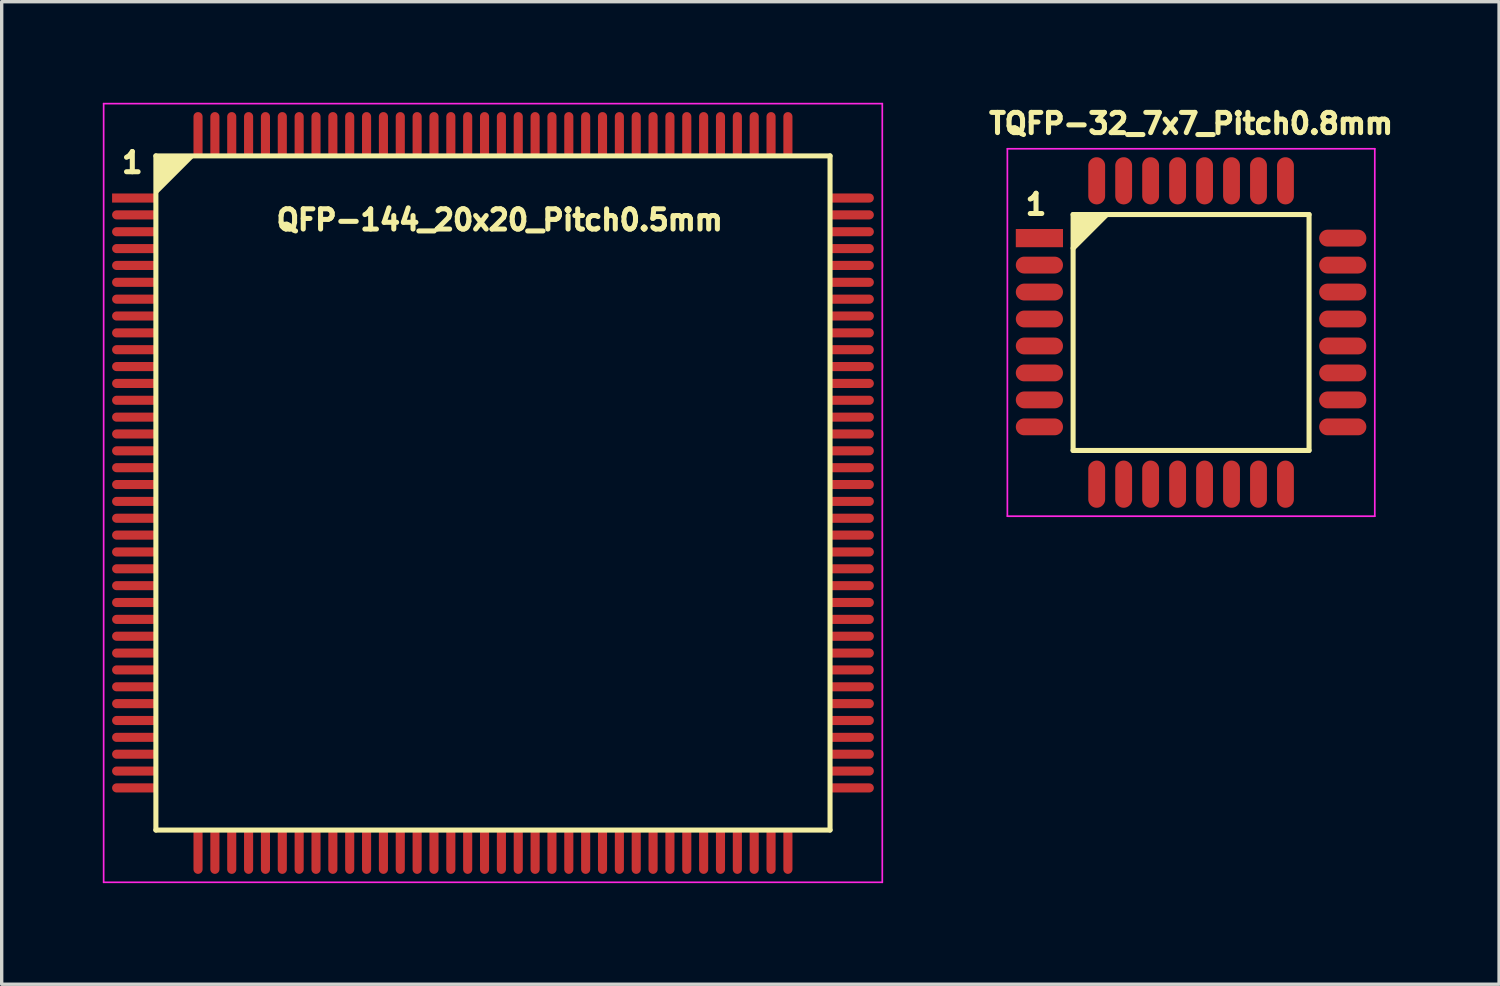
<source format=kicad_pcb>
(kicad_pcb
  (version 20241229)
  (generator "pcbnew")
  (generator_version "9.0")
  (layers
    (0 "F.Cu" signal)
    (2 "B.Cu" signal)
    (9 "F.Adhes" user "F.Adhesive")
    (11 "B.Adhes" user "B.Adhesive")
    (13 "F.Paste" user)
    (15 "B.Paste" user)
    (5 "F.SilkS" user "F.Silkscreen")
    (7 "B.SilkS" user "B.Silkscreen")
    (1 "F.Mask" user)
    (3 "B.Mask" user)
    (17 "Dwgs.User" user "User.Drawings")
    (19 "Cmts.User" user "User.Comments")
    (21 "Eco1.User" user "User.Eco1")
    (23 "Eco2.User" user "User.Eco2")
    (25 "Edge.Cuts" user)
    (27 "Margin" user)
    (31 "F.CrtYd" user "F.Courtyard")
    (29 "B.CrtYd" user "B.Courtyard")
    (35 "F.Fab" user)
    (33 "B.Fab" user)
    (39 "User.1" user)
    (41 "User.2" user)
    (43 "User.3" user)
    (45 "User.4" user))
  (footprint "TQFP-32_7x7_Pitch0.8mm"
    (layer "F.Cu")
    (at 32.286 6.814)
    (property "Reference" "TQFP-32_7x7_Pitch0.8mm" (at 0 -6.2 0) (layer "F.SilkS") (effects (font (size 0.6 0.6) (thickness 0.15))))
    (attr smd)
    (fp_line (start -3.5 -3.5) (end 3.5 -3.5) (stroke (width 0.15) (type solid)) (layer "F.SilkS"))
    (fp_line (start -3.5 -2.5) (end -2.5 -3.5) (stroke (width 0.15) (type solid)) (layer "F.SilkS"))
    (fp_line (start -3.5 3.5) (end -3.5 -3.5) (stroke (width 0.15) (type solid)) (layer "F.SilkS"))
    (fp_line (start -3.4 -3.4) (end -2.7 -3.4) (stroke (width 0.15) (type solid)) (layer "F.SilkS"))
    (fp_line (start -3.4 -2.8) (end -3.4 -3.4) (stroke (width 0.15) (type solid)) (layer "F.SilkS"))
    (fp_line (start -3.4 -2.7) (end -3.3 -3.3) (stroke (width 0.15) (type solid)) (layer "F.SilkS"))
    (fp_line (start -3.3 -3.3) (end -2.9 -3.3) (stroke (width 0.15) (type solid)) (layer "F.SilkS"))
    (fp_line (start -3.3 -2.9) (end -3.2 -3.2) (stroke (width 0.15) (type solid)) (layer "F.SilkS"))
    (fp_line (start -3.2 -3.2) (end -3.1 -3.2) (stroke (width 0.15) (type solid)) (layer "F.SilkS"))
    (fp_line (start -2.9 -3.3) (end -3.3 -2.9) (stroke (width 0.15) (type solid)) (layer "F.SilkS"))
    (fp_line (start -2.7 -3.4) (end -3.4 -2.7) (stroke (width 0.15) (type solid)) (layer "F.SilkS"))
    (fp_line (start -2.5 -3.5) (end -2.7 -3.4) (stroke (width 0.15) (type solid)) (layer "F.SilkS"))
    (fp_line (start 3.5 -3.5) (end 3.5 3.5) (stroke (width 0.15) (type solid)) (layer "F.SilkS"))
    (fp_line (start 3.5 3.5) (end -3.5 3.5) (stroke (width 0.15) (type solid)) (layer "F.SilkS"))
    (fp_line (start -5.45 -5.45) (end 5.45 -5.45) (stroke (width 0.05) (type solid)) (layer "F.CrtYd"))
    (fp_line (start -5.45 5.45) (end -5.45 -5.45) (stroke (width 0.05) (type solid)) (layer "F.CrtYd"))
    (fp_line (start 5.45 -5.45) (end 5.45 5.45) (stroke (width 0.05) (type solid)) (layer "F.CrtYd"))
    (fp_line (start 5.45 5.45) (end -5.45 5.45) (stroke (width 0.05) (type solid)) (layer "F.CrtYd"))
    (fp_text user "1" (at -4.6 -3.8 0) (layer "F.SilkS") (effects (font (size 0.6 0.6) (thickness 0.15))))
    (pad "1" smd rect (at -4.5 -2.8 90) (size 0.54 1.4) (layers "F.Cu" "F.Mask" "F.Paste"))
    (pad "2" smd oval (at -4.5 -2 90) (size 0.5 1.4) (layers "F.Cu" "F.Mask" "F.Paste"))
    (pad "3" smd oval (at -4.5 -1.2 90) (size 0.5 1.4) (layers "F.Cu" "F.Mask" "F.Paste"))
    (pad "4" smd oval (at -4.5 -0.4 90) (size 0.5 1.4) (layers "F.Cu" "F.Mask" "F.Paste"))
    (pad "5" smd oval (at -4.5 0.4 90) (size 0.5 1.4) (layers "F.Cu" "F.Mask" "F.Paste"))
    (pad "6" smd oval (at -4.5 1.2 90) (size 0.5 1.4) (layers "F.Cu" "F.Mask" "F.Paste"))
    (pad "7" smd oval (at -4.5 2 90) (size 0.5 1.4) (layers "F.Cu" "F.Mask" "F.Paste"))
    (pad "8" smd oval (at -4.5 2.8 90) (size 0.5 1.4) (layers "F.Cu" "F.Mask" "F.Paste"))
    (pad "9" smd oval (at -2.8 4.5) (size 0.5 1.4) (layers "F.Cu" "F.Mask" "F.Paste"))
    (pad "10" smd oval (at -2 4.5) (size 0.5 1.4) (layers "F.Cu" "F.Mask" "F.Paste"))
    (pad "11" smd oval (at -1.2 4.5) (size 0.5 1.4) (layers "F.Cu" "F.Mask" "F.Paste"))
    (pad "12" smd oval (at -0.4 4.5) (size 0.5 1.4) (layers "F.Cu" "F.Mask" "F.Paste"))
    (pad "13" smd oval (at 0.4 4.5) (size 0.5 1.4) (layers "F.Cu" "F.Mask" "F.Paste"))
    (pad "14" smd oval (at 1.2 4.5) (size 0.5 1.4) (layers "F.Cu" "F.Mask" "F.Paste"))
    (pad "15" smd oval (at 2 4.5) (size 0.5 1.4) (layers "F.Cu" "F.Mask" "F.Paste"))
    (pad "16" smd oval (at 2.8 4.5) (size 0.5 1.4) (layers "F.Cu" "F.Mask" "F.Paste"))
    (pad "17" smd oval (at 4.5 2.8 90) (size 0.5 1.4) (layers "F.Cu" "F.Mask" "F.Paste"))
    (pad "18" smd oval (at 4.5 2 90) (size 0.5 1.4) (layers "F.Cu" "F.Mask" "F.Paste"))
    (pad "19" smd oval (at 4.5 1.2 90) (size 0.5 1.4) (layers "F.Cu" "F.Mask" "F.Paste"))
    (pad "20" smd oval (at 4.5 0.4 90) (size 0.5 1.4) (layers "F.Cu" "F.Mask" "F.Paste"))
    (pad "21" smd oval (at 4.5 -0.4 90) (size 0.5 1.4) (layers "F.Cu" "F.Mask" "F.Paste"))
    (pad "22" smd oval (at 4.5 -1.2 90) (size 0.5 1.4) (layers "F.Cu" "F.Mask" "F.Paste"))
    (pad "23" smd oval (at 4.5 -2 90) (size 0.5 1.4) (layers "F.Cu" "F.Mask" "F.Paste"))
    (pad "24" smd oval (at 4.5 -2.8 90) (size 0.5 1.4) (layers "F.Cu" "F.Mask" "F.Paste"))
    (pad "25" smd oval (at 2.8 -4.5) (size 0.5 1.4) (layers "F.Cu" "F.Mask" "F.Paste"))
    (pad "26" smd oval (at 2 -4.5) (size 0.5 1.4) (layers "F.Cu" "F.Mask" "F.Paste"))
    (pad "27" smd oval (at 1.2 -4.5) (size 0.5 1.4) (layers "F.Cu" "F.Mask" "F.Paste"))
    (pad "28" smd oval (at 0.4 -4.5) (size 0.5 1.4) (layers "F.Cu" "F.Mask" "F.Paste"))
    (pad "29" smd oval (at -0.4 -4.5) (size 0.5 1.4) (layers "F.Cu" "F.Mask" "F.Paste"))
    (pad "30" smd oval (at -1.2 -4.5) (size 0.5 1.4) (layers "F.Cu" "F.Mask" "F.Paste"))
    (pad "31" smd oval (at -2 -4.5) (size 0.5 1.4) (layers "F.Cu" "F.Mask" "F.Paste"))
    (pad "32" smd oval (at -2.8 -4.5) (size 0.5 1.4) (layers "F.Cu" "F.Mask" "F.Paste")))
  (footprint "QFP-144_20x20_Pitch0.5mm"
    (layer "F.Cu")
    (at 11.575 11.575)
    (property "Reference" "QFP-144_20x20_Pitch0.5mm" (at 0.2 -8.1 0) (layer "F.SilkS") (effects (font (size 0.6 0.6) (thickness 0.15))))
    (attr smd)
    (fp_line (start -10 -10) (end -10 10) (stroke (width 0.15) (type solid)) (layer "F.SilkS"))
    (fp_line (start -10 10) (end 10 10) (stroke (width 0.15) (type solid)) (layer "F.SilkS"))
    (fp_line (start 10 -10) (end -10 -10) (stroke (width 0.15) (type solid)) (layer "F.SilkS"))
    (fp_line (start 10 10) (end 10 -10) (stroke (width 0.15) (type solid)) (layer "F.SilkS"))
    (fp_poly (pts (xy -10 -10) (xy -8.9 -10) (xy -10 -8.9)) (stroke (width 0.1) (type solid)) (fill yes) (layer "F.SilkS"))
    (fp_line (start -11.55 -11.55) (end 11.55 -11.55) (stroke (width 0.05) (type solid)) (layer "F.CrtYd"))
    (fp_line (start -11.55 11.55) (end -11.55 -11.55) (stroke (width 0.05) (type solid)) (layer "F.CrtYd"))
    (fp_line (start 11.55 -11.55) (end 11.55 11.55) (stroke (width 0.05) (type solid)) (layer "F.CrtYd"))
    (fp_line (start 11.55 11.55) (end -11.55 11.55) (stroke (width 0.05) (type solid)) (layer "F.CrtYd"))
    (fp_text user "1" (at -10.7 -9.8 0) (layer "F.SilkS") (effects (font (size 0.6 0.6) (thickness 0.15))))
    (pad "1" smd rect (at -10.625 -8.75 90) (size 0.27 1.35) (layers "F.Cu" "F.Mask" "F.Paste"))
    (pad "2" smd oval (at -10.625 -8.25 90) (size 0.27 1.35) (layers "F.Cu" "F.Mask" "F.Paste"))
    (pad "3" smd oval (at -10.625 -7.75 90) (size 0.27 1.35) (layers "F.Cu" "F.Mask" "F.Paste"))
    (pad "4" smd oval (at -10.625 -7.25 90) (size 0.27 1.35) (layers "F.Cu" "F.Mask" "F.Paste"))
    (pad "5" smd oval (at -10.625 -6.75 90) (size 0.27 1.35) (layers "F.Cu" "F.Mask" "F.Paste"))
    (pad "6" smd oval (at -10.625 -6.25 90) (size 0.27 1.35) (layers "F.Cu" "F.Mask" "F.Paste"))
    (pad "7" smd oval (at -10.625 -5.75 90) (size 0.27 1.35) (layers "F.Cu" "F.Mask" "F.Paste"))
    (pad "8" smd oval (at -10.625 -5.25 90) (size 0.27 1.35) (layers "F.Cu" "F.Mask" "F.Paste"))
    (pad "9" smd oval (at -10.625 -4.75 90) (size 0.27 1.35) (layers "F.Cu" "F.Mask" "F.Paste"))
    (pad "10" smd oval (at -10.625 -4.25 90) (size 0.27 1.35) (layers "F.Cu" "F.Mask" "F.Paste"))
    (pad "11" smd oval (at -10.625 -3.75 90) (size 0.27 1.35) (layers "F.Cu" "F.Mask" "F.Paste"))
    (pad "12" smd oval (at -10.625 -3.25 90) (size 0.27 1.35) (layers "F.Cu" "F.Mask" "F.Paste"))
    (pad "13" smd oval (at -10.625 -2.75 90) (size 0.27 1.35) (layers "F.Cu" "F.Mask" "F.Paste"))
    (pad "14" smd oval (at -10.625 -2.25 90) (size 0.27 1.35) (layers "F.Cu" "F.Mask" "F.Paste"))
    (pad "15" smd oval (at -10.625 -1.75 90) (size 0.27 1.35) (layers "F.Cu" "F.Mask" "F.Paste"))
    (pad "16" smd oval (at -10.625 -1.25 90) (size 0.27 1.35) (layers "F.Cu" "F.Mask" "F.Paste"))
    (pad "17" smd oval (at -10.625 -0.75 90) (size 0.27 1.35) (layers "F.Cu" "F.Mask" "F.Paste"))
    (pad "18" smd oval (at -10.625 -0.25 90) (size 0.27 1.35) (layers "F.Cu" "F.Mask" "F.Paste"))
    (pad "19" smd oval (at -10.625 0.25 90) (size 0.27 1.35) (layers "F.Cu" "F.Mask" "F.Paste"))
    (pad "20" smd oval (at -10.625 0.75 90) (size 0.27 1.35) (layers "F.Cu" "F.Mask" "F.Paste"))
    (pad "21" smd oval (at -10.625 1.25 90) (size 0.27 1.35) (layers "F.Cu" "F.Mask" "F.Paste"))
    (pad "22" smd oval (at -10.625 1.75 90) (size 0.27 1.35) (layers "F.Cu" "F.Mask" "F.Paste"))
    (pad "23" smd oval (at -10.625 2.25 90) (size 0.27 1.35) (layers "F.Cu" "F.Mask" "F.Paste"))
    (pad "24" smd oval (at -10.625 2.75 90) (size 0.27 1.35) (layers "F.Cu" "F.Mask" "F.Paste"))
    (pad "25" smd oval (at -10.625 3.25 90) (size 0.27 1.35) (layers "F.Cu" "F.Mask" "F.Paste"))
    (pad "26" smd oval (at -10.625 3.75 90) (size 0.27 1.35) (layers "F.Cu" "F.Mask" "F.Paste"))
    (pad "27" smd oval (at -10.625 4.25 90) (size 0.27 1.35) (layers "F.Cu" "F.Mask" "F.Paste"))
    (pad "28" smd oval (at -10.625 4.75 90) (size 0.27 1.35) (layers "F.Cu" "F.Mask" "F.Paste"))
    (pad "29" smd oval (at -10.625 5.25 90) (size 0.27 1.35) (layers "F.Cu" "F.Mask" "F.Paste"))
    (pad "30" smd oval (at -10.625 5.75 90) (size 0.27 1.35) (layers "F.Cu" "F.Mask" "F.Paste"))
    (pad "31" smd oval (at -10.625 6.25 90) (size 0.27 1.35) (layers "F.Cu" "F.Mask" "F.Paste"))
    (pad "32" smd oval (at -10.625 6.75 90) (size 0.27 1.35) (layers "F.Cu" "F.Mask" "F.Paste"))
    (pad "33" smd oval (at -10.625 7.25 90) (size 0.27 1.35) (layers "F.Cu" "F.Mask" "F.Paste"))
    (pad "34" smd oval (at -10.625 7.75 90) (size 0.27 1.35) (layers "F.Cu" "F.Mask" "F.Paste"))
    (pad "35" smd oval (at -10.625 8.25 90) (size 0.27 1.35) (layers "F.Cu" "F.Mask" "F.Paste"))
    (pad "36" smd oval (at -10.625 8.75 90) (size 0.27 1.35) (layers "F.Cu" "F.Mask" "F.Paste"))
    (pad "37" smd oval (at -8.75 10.625) (size 0.27 1.35) (layers "F.Cu" "F.Mask" "F.Paste"))
    (pad "38" smd oval (at -8.25 10.625) (size 0.27 1.35) (layers "F.Cu" "F.Mask" "F.Paste"))
    (pad "39" smd oval (at -7.75 10.625) (size 0.27 1.35) (layers "F.Cu" "F.Mask" "F.Paste"))
    (pad "40" smd oval (at -7.25 10.625) (size 0.27 1.35) (layers "F.Cu" "F.Mask" "F.Paste"))
    (pad "41" smd oval (at -6.75 10.625) (size 0.27 1.35) (layers "F.Cu" "F.Mask" "F.Paste"))
    (pad "42" smd oval (at -6.25 10.625) (size 0.27 1.35) (layers "F.Cu" "F.Mask" "F.Paste"))
    (pad "43" smd oval (at -5.75 10.625) (size 0.27 1.35) (layers "F.Cu" "F.Mask" "F.Paste"))
    (pad "44" smd oval (at -5.25 10.625) (size 0.27 1.35) (layers "F.Cu" "F.Mask" "F.Paste"))
    (pad "45" smd oval (at -4.75 10.625) (size 0.27 1.35) (layers "F.Cu" "F.Mask" "F.Paste"))
    (pad "46" smd oval (at -4.25 10.625) (size 0.27 1.35) (layers "F.Cu" "F.Mask" "F.Paste"))
    (pad "47" smd oval (at -3.75 10.625) (size 0.27 1.35) (layers "F.Cu" "F.Mask" "F.Paste"))
    (pad "48" smd oval (at -3.25 10.625) (size 0.27 1.35) (layers "F.Cu" "F.Mask" "F.Paste"))
    (pad "49" smd oval (at -2.75 10.625) (size 0.27 1.35) (layers "F.Cu" "F.Mask" "F.Paste"))
    (pad "50" smd oval (at -2.25 10.625) (size 0.27 1.35) (layers "F.Cu" "F.Mask" "F.Paste"))
    (pad "51" smd oval (at -1.75 10.625) (size 0.27 1.35) (layers "F.Cu" "F.Mask" "F.Paste"))
    (pad "52" smd oval (at -1.25 10.625) (size 0.27 1.35) (layers "F.Cu" "F.Mask" "F.Paste"))
    (pad "53" smd oval (at -0.75 10.625) (size 0.27 1.35) (layers "F.Cu" "F.Mask" "F.Paste"))
    (pad "54" smd oval (at -0.25 10.625) (size 0.27 1.35) (layers "F.Cu" "F.Mask" "F.Paste"))
    (pad "55" smd oval (at 0.25 10.625) (size 0.27 1.35) (layers "F.Cu" "F.Mask" "F.Paste"))
    (pad "56" smd oval (at 0.75 10.625) (size 0.27 1.35) (layers "F.Cu" "F.Mask" "F.Paste"))
    (pad "57" smd oval (at 1.25 10.625) (size 0.27 1.35) (layers "F.Cu" "F.Mask" "F.Paste"))
    (pad "58" smd oval (at 1.75 10.625) (size 0.27 1.35) (layers "F.Cu" "F.Mask" "F.Paste"))
    (pad "59" smd oval (at 2.25 10.625) (size 0.27 1.35) (layers "F.Cu" "F.Mask" "F.Paste"))
    (pad "60" smd oval (at 2.75 10.625) (size 0.27 1.35) (layers "F.Cu" "F.Mask" "F.Paste"))
    (pad "61" smd oval (at 3.25 10.625) (size 0.27 1.35) (layers "F.Cu" "F.Mask" "F.Paste"))
    (pad "62" smd oval (at 3.75 10.625) (size 0.27 1.35) (layers "F.Cu" "F.Mask" "F.Paste"))
    (pad "63" smd oval (at 4.25 10.625) (size 0.27 1.35) (layers "F.Cu" "F.Mask" "F.Paste"))
    (pad "64" smd oval (at 4.75 10.625) (size 0.27 1.35) (layers "F.Cu" "F.Mask" "F.Paste"))
    (pad "65" smd oval (at 5.25 10.625) (size 0.27 1.35) (layers "F.Cu" "F.Mask" "F.Paste"))
    (pad "66" smd oval (at 5.75 10.625) (size 0.27 1.35) (layers "F.Cu" "F.Mask" "F.Paste"))
    (pad "67" smd oval (at 6.25 10.625) (size 0.27 1.35) (layers "F.Cu" "F.Mask" "F.Paste"))
    (pad "68" smd oval (at 6.75 10.625) (size 0.27 1.35) (layers "F.Cu" "F.Mask" "F.Paste"))
    (pad "69" smd oval (at 7.25 10.625) (size 0.27 1.35) (layers "F.Cu" "F.Mask" "F.Paste"))
    (pad "70" smd oval (at 7.75 10.625) (size 0.27 1.35) (layers "F.Cu" "F.Mask" "F.Paste"))
    (pad "71" smd oval (at 8.25 10.625) (size 0.27 1.35) (layers "F.Cu" "F.Mask" "F.Paste"))
    (pad "72" smd oval (at 8.75 10.625) (size 0.27 1.35) (layers "F.Cu" "F.Mask" "F.Paste"))
    (pad "73" smd oval (at 10.625 8.75 90) (size 0.27 1.35) (layers "F.Cu" "F.Mask" "F.Paste"))
    (pad "74" smd oval (at 10.625 8.25 90) (size 0.27 1.35) (layers "F.Cu" "F.Mask" "F.Paste"))
    (pad "75" smd oval (at 10.625 7.75 90) (size 0.27 1.35) (layers "F.Cu" "F.Mask" "F.Paste"))
    (pad "76" smd oval (at 10.625 7.25 90) (size 0.27 1.35) (layers "F.Cu" "F.Mask" "F.Paste"))
    (pad "77" smd oval (at 10.625 6.75 90) (size 0.27 1.35) (layers "F.Cu" "F.Mask" "F.Paste"))
    (pad "78" smd oval (at 10.625 6.25 90) (size 0.27 1.35) (layers "F.Cu" "F.Mask" "F.Paste"))
    (pad "79" smd oval (at 10.625 5.75 90) (size 0.27 1.35) (layers "F.Cu" "F.Mask" "F.Paste"))
    (pad "80" smd oval (at 10.625 5.25 90) (size 0.27 1.35) (layers "F.Cu" "F.Mask" "F.Paste"))
    (pad "81" smd oval (at 10.625 4.75 90) (size 0.27 1.35) (layers "F.Cu" "F.Mask" "F.Paste"))
    (pad "82" smd oval (at 10.625 4.25 90) (size 0.27 1.35) (layers "F.Cu" "F.Mask" "F.Paste"))
    (pad "83" smd oval (at 10.625 3.75 90) (size 0.27 1.35) (layers "F.Cu" "F.Mask" "F.Paste"))
    (pad "84" smd oval (at 10.625 3.25 90) (size 0.27 1.35) (layers "F.Cu" "F.Mask" "F.Paste"))
    (pad "85" smd oval (at 10.625 2.75 90) (size 0.27 1.35) (layers "F.Cu" "F.Mask" "F.Paste"))
    (pad "86" smd oval (at 10.625 2.25 90) (size 0.27 1.35) (layers "F.Cu" "F.Mask" "F.Paste"))
    (pad "87" smd oval (at 10.625 1.75 90) (size 0.27 1.35) (layers "F.Cu" "F.Mask" "F.Paste"))
    (pad "88" smd oval (at 10.625 1.25 90) (size 0.27 1.35) (layers "F.Cu" "F.Mask" "F.Paste"))
    (pad "89" smd oval (at 10.625 0.75 90) (size 0.27 1.35) (layers "F.Cu" "F.Mask" "F.Paste"))
    (pad "90" smd oval (at 10.625 0.25 90) (size 0.27 1.35) (layers "F.Cu" "F.Mask" "F.Paste"))
    (pad "91" smd oval (at 10.625 -0.25 90) (size 0.27 1.35) (layers "F.Cu" "F.Mask" "F.Paste"))
    (pad "92" smd oval (at 10.625 -0.75 90) (size 0.27 1.35) (layers "F.Cu" "F.Mask" "F.Paste"))
    (pad "93" smd oval (at 10.625 -1.25 90) (size 0.27 1.35) (layers "F.Cu" "F.Mask" "F.Paste"))
    (pad "94" smd oval (at 10.625 -1.75 90) (size 0.27 1.35) (layers "F.Cu" "F.Mask" "F.Paste"))
    (pad "95" smd oval (at 10.625 -2.25 90) (size 0.27 1.35) (layers "F.Cu" "F.Mask" "F.Paste"))
    (pad "96" smd oval (at 10.625 -2.75 90) (size 0.27 1.35) (layers "F.Cu" "F.Mask" "F.Paste"))
    (pad "97" smd oval (at 10.625 -3.25 90) (size 0.27 1.35) (layers "F.Cu" "F.Mask" "F.Paste"))
    (pad "98" smd oval (at 10.625 -3.75 90) (size 0.27 1.35) (layers "F.Cu" "F.Mask" "F.Paste"))
    (pad "99" smd oval (at 10.625 -4.25 90) (size 0.27 1.35) (layers "F.Cu" "F.Mask" "F.Paste"))
    (pad "100" smd oval (at 10.625 -4.75 90) (size 0.27 1.35) (layers "F.Cu" "F.Mask" "F.Paste"))
    (pad "101" smd oval (at 10.625 -5.25 90) (size 0.27 1.35) (layers "F.Cu" "F.Mask" "F.Paste"))
    (pad "102" smd oval (at 10.625 -5.75 90) (size 0.27 1.35) (layers "F.Cu" "F.Mask" "F.Paste"))
    (pad "103" smd oval (at 10.625 -6.25 90) (size 0.27 1.35) (layers "F.Cu" "F.Mask" "F.Paste"))
    (pad "104" smd oval (at 10.625 -6.75 90) (size 0.27 1.35) (layers "F.Cu" "F.Mask" "F.Paste"))
    (pad "105" smd oval (at 10.625 -7.25 90) (size 0.27 1.35) (layers "F.Cu" "F.Mask" "F.Paste"))
    (pad "106" smd oval (at 10.625 -7.75 90) (size 0.27 1.35) (layers "F.Cu" "F.Mask" "F.Paste"))
    (pad "107" smd oval (at 10.625 -8.25 90) (size 0.27 1.35) (layers "F.Cu" "F.Mask" "F.Paste"))
    (pad "108" smd oval (at 10.625 -8.75 90) (size 0.27 1.35) (layers "F.Cu" "F.Mask" "F.Paste"))
    (pad "109" smd oval (at 8.75 -10.625) (size 0.27 1.35) (layers "F.Cu" "F.Mask" "F.Paste"))
    (pad "110" smd oval (at 8.25 -10.625) (size 0.27 1.35) (layers "F.Cu" "F.Mask" "F.Paste"))
    (pad "111" smd oval (at 7.75 -10.625) (size 0.27 1.35) (layers "F.Cu" "F.Mask" "F.Paste"))
    (pad "112" smd oval (at 7.25 -10.625) (size 0.27 1.35) (layers "F.Cu" "F.Mask" "F.Paste"))
    (pad "113" smd oval (at 6.75 -10.625) (size 0.27 1.35) (layers "F.Cu" "F.Mask" "F.Paste"))
    (pad "114" smd oval (at 6.25 -10.625) (size 0.27 1.35) (layers "F.Cu" "F.Mask" "F.Paste"))
    (pad "115" smd oval (at 5.75 -10.625) (size 0.27 1.35) (layers "F.Cu" "F.Mask" "F.Paste"))
    (pad "116" smd oval (at 5.25 -10.625) (size 0.27 1.35) (layers "F.Cu" "F.Mask" "F.Paste"))
    (pad "117" smd oval (at 4.75 -10.625) (size 0.27 1.35) (layers "F.Cu" "F.Mask" "F.Paste"))
    (pad "118" smd oval (at 4.25 -10.625) (size 0.27 1.35) (layers "F.Cu" "F.Mask" "F.Paste"))
    (pad "119" smd oval (at 3.75 -10.625) (size 0.27 1.35) (layers "F.Cu" "F.Mask" "F.Paste"))
    (pad "120" smd oval (at 3.25 -10.625) (size 0.27 1.35) (layers "F.Cu" "F.Mask" "F.Paste"))
    (pad "121" smd oval (at 2.75 -10.625) (size 0.27 1.35) (layers "F.Cu" "F.Mask" "F.Paste"))
    (pad "122" smd oval (at 2.25 -10.625) (size 0.27 1.35) (layers "F.Cu" "F.Mask" "F.Paste"))
    (pad "123" smd oval (at 1.75 -10.625) (size 0.27 1.35) (layers "F.Cu" "F.Mask" "F.Paste"))
    (pad "124" smd oval (at 1.25 -10.625) (size 0.27 1.35) (layers "F.Cu" "F.Mask" "F.Paste"))
    (pad "125" smd oval (at 0.75 -10.625) (size 0.27 1.35) (layers "F.Cu" "F.Mask" "F.Paste"))
    (pad "126" smd oval (at 0.25 -10.625) (size 0.27 1.35) (layers "F.Cu" "F.Mask" "F.Paste"))
    (pad "127" smd oval (at -0.25 -10.625) (size 0.27 1.35) (layers "F.Cu" "F.Mask" "F.Paste"))
    (pad "128" smd oval (at -0.75 -10.625) (size 0.27 1.35) (layers "F.Cu" "F.Mask" "F.Paste"))
    (pad "129" smd oval (at -1.25 -10.625) (size 0.27 1.35) (layers "F.Cu" "F.Mask" "F.Paste"))
    (pad "130" smd oval (at -1.75 -10.625) (size 0.27 1.35) (layers "F.Cu" "F.Mask" "F.Paste"))
    (pad "131" smd oval (at -2.25 -10.625) (size 0.27 1.35) (layers "F.Cu" "F.Mask" "F.Paste"))
    (pad "132" smd oval (at -2.75 -10.625) (size 0.27 1.35) (layers "F.Cu" "F.Mask" "F.Paste"))
    (pad "133" smd oval (at -3.25 -10.625) (size 0.27 1.35) (layers "F.Cu" "F.Mask" "F.Paste"))
    (pad "134" smd oval (at -3.75 -10.625) (size 0.27 1.35) (layers "F.Cu" "F.Mask" "F.Paste"))
    (pad "135" smd oval (at -4.25 -10.625) (size 0.27 1.35) (layers "F.Cu" "F.Mask" "F.Paste"))
    (pad "136" smd oval (at -4.75 -10.625) (size 0.27 1.35) (layers "F.Cu" "F.Mask" "F.Paste"))
    (pad "137" smd oval (at -5.25 -10.625) (size 0.27 1.35) (layers "F.Cu" "F.Mask" "F.Paste"))
    (pad "138" smd oval (at -5.75 -10.625) (size 0.27 1.35) (layers "F.Cu" "F.Mask" "F.Paste"))
    (pad "139" smd oval (at -6.25 -10.625) (size 0.27 1.35) (layers "F.Cu" "F.Mask" "F.Paste"))
    (pad "140" smd oval (at -6.75 -10.625) (size 0.27 1.35) (layers "F.Cu" "F.Mask" "F.Paste"))
    (pad "141" smd oval (at -7.25 -10.625) (size 0.27 1.35) (layers "F.Cu" "F.Mask" "F.Paste"))
    (pad "142" smd oval (at -7.75 -10.625) (size 0.27 1.35) (layers "F.Cu" "F.Mask" "F.Paste"))
    (pad "143" smd oval (at -8.25 -10.625) (size 0.27 1.35) (layers "F.Cu" "F.Mask" "F.Paste"))
    (pad "144" smd oval (at -8.75 -10.625) (size 0.27 1.35) (layers "F.Cu" "F.Mask" "F.Paste")))
  (gr_rect
    (start -3 -3)
    (end 41.423 26.15)
    (stroke (width 0.1) (type default))
    (fill no)
    (layer "Edge.Cuts")))
</source>
